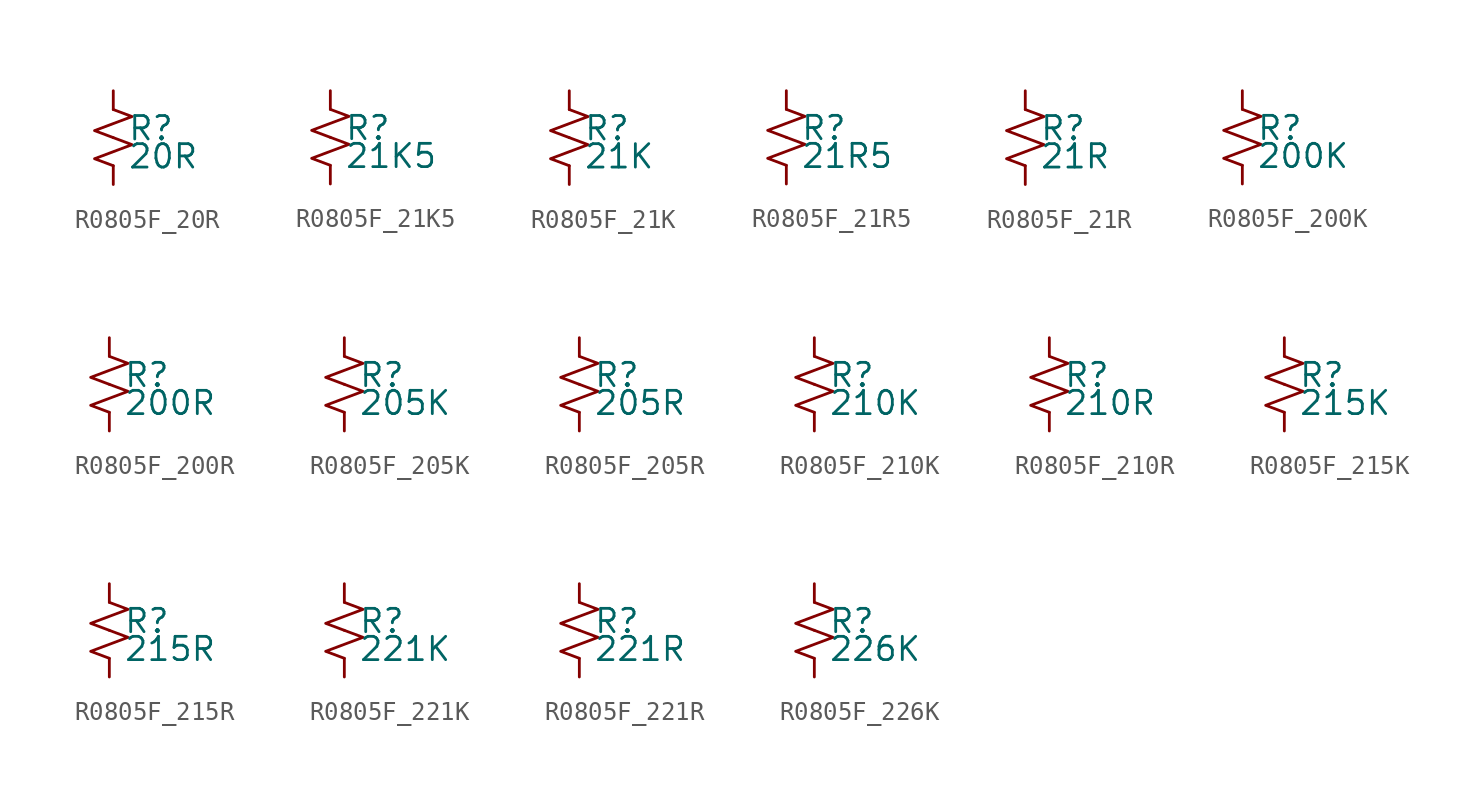
<source format=kicad_sym>
(kicad_symbol_lib
  (version 20220914)
  (generator kicad_symbol_editor)
  (symbol "R0805F_20R"
    (pin_numbers hide)
    (pin_names
      (offset 0.254) hide)
    (property "Reference" "R"
      (at 0.762 0.508 0)
      (effects (font (size 1.27 1.27)) (justify left)))
    (property "Value" "20R"
      (at 0.762 -1.016 0)
      (effects (font (size 1.27 1.27)) (justify left)))
    (symbol "R0805F_20R_1_1"
      (polyline (pts (xy 0 0) (xy 1.016 -0.381) (xy 0 -0.762) (xy -1.016 -1.143) (xy 0 -1.524)) (stroke (width 0) (type default)) (fill (type none)))
      (polyline (pts (xy 0 1.524) (xy 1.016 1.143) (xy 0 0.762) (xy -1.016 0.381) (xy 0 0)) (stroke (width 0) (type default)) (fill (type none)))
      (pin passive line (at 0 2.54 270) (length 1.016) (name "~" (effects (font (size 1.27 1.27)))) (number "1" (effects (font (size 1.27 1.27)))))
      (pin passive line (at 0 -2.54 90) (length 1.016) (name "~" (effects (font (size 1.27 1.27)))) (number "2" (effects (font (size 1.27 1.27)))))))
  (symbol "R0805F_21K5"
    (pin_numbers hide)
    (pin_names
      (offset 0.254) hide)
    (property "Reference" "R"
      (at 0.762 0.508 0)
      (effects (font (size 1.27 1.27)) (justify left)))
    (property "Value" "21K5"
      (at 0.762 -1.016 0)
      (effects (font (size 1.27 1.27)) (justify left)))
    (symbol "R0805F_21K5_1_1"
      (polyline (pts (xy 0 0) (xy 1.016 -0.381) (xy 0 -0.762) (xy -1.016 -1.143) (xy 0 -1.524)) (stroke (width 0) (type default)) (fill (type none)))
      (polyline (pts (xy 0 1.524) (xy 1.016 1.143) (xy 0 0.762) (xy -1.016 0.381) (xy 0 0)) (stroke (width 0) (type default)) (fill (type none)))
      (pin passive line (at 0 2.54 270) (length 1.016) (name "~" (effects (font (size 1.27 1.27)))) (number "1" (effects (font (size 1.27 1.27)))))
      (pin passive line (at 0 -2.54 90) (length 1.016) (name "~" (effects (font (size 1.27 1.27)))) (number "2" (effects (font (size 1.27 1.27)))))))
  (symbol "R0805F_21K"
    (pin_numbers hide)
    (pin_names
      (offset 0.254) hide)
    (property "Reference" "R"
      (at 0.762 0.508 0)
      (effects (font (size 1.27 1.27)) (justify left)))
    (property "Value" "21K"
      (at 0.762 -1.016 0)
      (effects (font (size 1.27 1.27)) (justify left)))
    (symbol "R0805F_21K_1_1"
      (polyline (pts (xy 0 0) (xy 1.016 -0.381) (xy 0 -0.762) (xy -1.016 -1.143) (xy 0 -1.524)) (stroke (width 0) (type default)) (fill (type none)))
      (polyline (pts (xy 0 1.524) (xy 1.016 1.143) (xy 0 0.762) (xy -1.016 0.381) (xy 0 0)) (stroke (width 0) (type default)) (fill (type none)))
      (pin passive line (at 0 2.54 270) (length 1.016) (name "~" (effects (font (size 1.27 1.27)))) (number "1" (effects (font (size 1.27 1.27)))))
      (pin passive line (at 0 -2.54 90) (length 1.016) (name "~" (effects (font (size 1.27 1.27)))) (number "2" (effects (font (size 1.27 1.27)))))))
  (symbol "R0805F_21R5"
    (pin_numbers hide)
    (pin_names
      (offset 0.254) hide)
    (property "Reference" "R"
      (at 0.762 0.508 0)
      (effects (font (size 1.27 1.27)) (justify left)))
    (property "Value" "21R5"
      (at 0.762 -1.016 0)
      (effects (font (size 1.27 1.27)) (justify left)))
    (symbol "R0805F_21R5_1_1"
      (polyline (pts (xy 0 0) (xy 1.016 -0.381) (xy 0 -0.762) (xy -1.016 -1.143) (xy 0 -1.524)) (stroke (width 0) (type default)) (fill (type none)))
      (polyline (pts (xy 0 1.524) (xy 1.016 1.143) (xy 0 0.762) (xy -1.016 0.381) (xy 0 0)) (stroke (width 0) (type default)) (fill (type none)))
      (pin passive line (at 0 2.54 270) (length 1.016) (name "~" (effects (font (size 1.27 1.27)))) (number "1" (effects (font (size 1.27 1.27)))))
      (pin passive line (at 0 -2.54 90) (length 1.016) (name "~" (effects (font (size 1.27 1.27)))) (number "2" (effects (font (size 1.27 1.27)))))))
  (symbol "R0805F_21R"
    (pin_numbers hide)
    (pin_names
      (offset 0.254) hide)
    (property "Reference" "R"
      (at 0.762 0.508 0)
      (effects (font (size 1.27 1.27)) (justify left)))
    (property "Value" "21R"
      (at 0.762 -1.016 0)
      (effects (font (size 1.27 1.27)) (justify left)))
    (symbol "R0805F_21R_1_1"
      (polyline (pts (xy 0 0) (xy 1.016 -0.381) (xy 0 -0.762) (xy -1.016 -1.143) (xy 0 -1.524)) (stroke (width 0) (type default)) (fill (type none)))
      (polyline (pts (xy 0 1.524) (xy 1.016 1.143) (xy 0 0.762) (xy -1.016 0.381) (xy 0 0)) (stroke (width 0) (type default)) (fill (type none)))
      (pin passive line (at 0 2.54 270) (length 1.016) (name "~" (effects (font (size 1.27 1.27)))) (number "1" (effects (font (size 1.27 1.27)))))
      (pin passive line (at 0 -2.54 90) (length 1.016) (name "~" (effects (font (size 1.27 1.27)))) (number "2" (effects (font (size 1.27 1.27)))))))
  (symbol "R0805F_200K"
    (pin_numbers hide)
    (pin_names
      (offset 0.254) hide)
    (property "Reference" "R"
      (at 0.762 0.508 0)
      (effects (font (size 1.27 1.27)) (justify left)))
    (property "Value" "200K"
      (at 0.762 -1.016 0)
      (effects (font (size 1.27 1.27)) (justify left)))
    (symbol "R0805F_200K_1_1"
      (polyline (pts (xy 0 0) (xy 1.016 -0.381) (xy 0 -0.762) (xy -1.016 -1.143) (xy 0 -1.524)) (stroke (width 0) (type default)) (fill (type none)))
      (polyline (pts (xy 0 1.524) (xy 1.016 1.143) (xy 0 0.762) (xy -1.016 0.381) (xy 0 0)) (stroke (width 0) (type default)) (fill (type none)))
      (pin passive line (at 0 2.54 270) (length 1.016) (name "~" (effects (font (size 1.27 1.27)))) (number "1" (effects (font (size 1.27 1.27)))))
      (pin passive line (at 0 -2.54 90) (length 1.016) (name "~" (effects (font (size 1.27 1.27)))) (number "2" (effects (font (size 1.27 1.27)))))))
  (symbol "R0805F_200R"
    (pin_numbers hide)
    (pin_names
      (offset 0.254) hide)
    (property "Reference" "R"
      (at 0.762 0.508 0)
      (effects (font (size 1.27 1.27)) (justify left)))
    (property "Value" "200R"
      (at 0.762 -1.016 0)
      (effects (font (size 1.27 1.27)) (justify left)))
    (symbol "R0805F_200R_1_1"
      (polyline (pts (xy 0 0) (xy 1.016 -0.381) (xy 0 -0.762) (xy -1.016 -1.143) (xy 0 -1.524)) (stroke (width 0) (type default)) (fill (type none)))
      (polyline (pts (xy 0 1.524) (xy 1.016 1.143) (xy 0 0.762) (xy -1.016 0.381) (xy 0 0)) (stroke (width 0) (type default)) (fill (type none)))
      (pin passive line (at 0 2.54 270) (length 1.016) (name "~" (effects (font (size 1.27 1.27)))) (number "1" (effects (font (size 1.27 1.27)))))
      (pin passive line (at 0 -2.54 90) (length 1.016) (name "~" (effects (font (size 1.27 1.27)))) (number "2" (effects (font (size 1.27 1.27)))))))
  (symbol "R0805F_205K"
    (pin_numbers hide)
    (pin_names
      (offset 0.254) hide)
    (property "Reference" "R"
      (at 0.762 0.508 0)
      (effects (font (size 1.27 1.27)) (justify left)))
    (property "Value" "205K"
      (at 0.762 -1.016 0)
      (effects (font (size 1.27 1.27)) (justify left)))
    (symbol "R0805F_205K_1_1"
      (polyline (pts (xy 0 0) (xy 1.016 -0.381) (xy 0 -0.762) (xy -1.016 -1.143) (xy 0 -1.524)) (stroke (width 0) (type default)) (fill (type none)))
      (polyline (pts (xy 0 1.524) (xy 1.016 1.143) (xy 0 0.762) (xy -1.016 0.381) (xy 0 0)) (stroke (width 0) (type default)) (fill (type none)))
      (pin passive line (at 0 2.54 270) (length 1.016) (name "~" (effects (font (size 1.27 1.27)))) (number "1" (effects (font (size 1.27 1.27)))))
      (pin passive line (at 0 -2.54 90) (length 1.016) (name "~" (effects (font (size 1.27 1.27)))) (number "2" (effects (font (size 1.27 1.27)))))))
  (symbol "R0805F_205R"
    (pin_numbers hide)
    (pin_names
      (offset 0.254) hide)
    (property "Reference" "R"
      (at 0.762 0.508 0)
      (effects (font (size 1.27 1.27)) (justify left)))
    (property "Value" "205R"
      (at 0.762 -1.016 0)
      (effects (font (size 1.27 1.27)) (justify left)))
    (symbol "R0805F_205R_1_1"
      (polyline (pts (xy 0 0) (xy 1.016 -0.381) (xy 0 -0.762) (xy -1.016 -1.143) (xy 0 -1.524)) (stroke (width 0) (type default)) (fill (type none)))
      (polyline (pts (xy 0 1.524) (xy 1.016 1.143) (xy 0 0.762) (xy -1.016 0.381) (xy 0 0)) (stroke (width 0) (type default)) (fill (type none)))
      (pin passive line (at 0 2.54 270) (length 1.016) (name "~" (effects (font (size 1.27 1.27)))) (number "1" (effects (font (size 1.27 1.27)))))
      (pin passive line (at 0 -2.54 90) (length 1.016) (name "~" (effects (font (size 1.27 1.27)))) (number "2" (effects (font (size 1.27 1.27)))))))
  (symbol "R0805F_210K"
    (pin_numbers hide)
    (pin_names
      (offset 0.254) hide)
    (property "Reference" "R"
      (at 0.762 0.508 0)
      (effects (font (size 1.27 1.27)) (justify left)))
    (property "Value" "210K"
      (at 0.762 -1.016 0)
      (effects (font (size 1.27 1.27)) (justify left)))
    (symbol "R0805F_210K_1_1"
      (polyline (pts (xy 0 0) (xy 1.016 -0.381) (xy 0 -0.762) (xy -1.016 -1.143) (xy 0 -1.524)) (stroke (width 0) (type default)) (fill (type none)))
      (polyline (pts (xy 0 1.524) (xy 1.016 1.143) (xy 0 0.762) (xy -1.016 0.381) (xy 0 0)) (stroke (width 0) (type default)) (fill (type none)))
      (pin passive line (at 0 2.54 270) (length 1.016) (name "~" (effects (font (size 1.27 1.27)))) (number "1" (effects (font (size 1.27 1.27)))))
      (pin passive line (at 0 -2.54 90) (length 1.016) (name "~" (effects (font (size 1.27 1.27)))) (number "2" (effects (font (size 1.27 1.27)))))))
  (symbol "R0805F_210R"
    (pin_numbers hide)
    (pin_names
      (offset 0.254) hide)
    (property "Reference" "R"
      (at 0.762 0.508 0)
      (effects (font (size 1.27 1.27)) (justify left)))
    (property "Value" "210R"
      (at 0.762 -1.016 0)
      (effects (font (size 1.27 1.27)) (justify left)))
    (symbol "R0805F_210R_1_1"
      (polyline (pts (xy 0 0) (xy 1.016 -0.381) (xy 0 -0.762) (xy -1.016 -1.143) (xy 0 -1.524)) (stroke (width 0) (type default)) (fill (type none)))
      (polyline (pts (xy 0 1.524) (xy 1.016 1.143) (xy 0 0.762) (xy -1.016 0.381) (xy 0 0)) (stroke (width 0) (type default)) (fill (type none)))
      (pin passive line (at 0 2.54 270) (length 1.016) (name "~" (effects (font (size 1.27 1.27)))) (number "1" (effects (font (size 1.27 1.27)))))
      (pin passive line (at 0 -2.54 90) (length 1.016) (name "~" (effects (font (size 1.27 1.27)))) (number "2" (effects (font (size 1.27 1.27)))))))
  (symbol "R0805F_215K"
    (pin_numbers hide)
    (pin_names
      (offset 0.254) hide)
    (property "Reference" "R"
      (at 0.762 0.508 0)
      (effects (font (size 1.27 1.27)) (justify left)))
    (property "Value" "215K"
      (at 0.762 -1.016 0)
      (effects (font (size 1.27 1.27)) (justify left)))
    (symbol "R0805F_215K_1_1"
      (polyline (pts (xy 0 0) (xy 1.016 -0.381) (xy 0 -0.762) (xy -1.016 -1.143) (xy 0 -1.524)) (stroke (width 0) (type default)) (fill (type none)))
      (polyline (pts (xy 0 1.524) (xy 1.016 1.143) (xy 0 0.762) (xy -1.016 0.381) (xy 0 0)) (stroke (width 0) (type default)) (fill (type none)))
      (pin passive line (at 0 2.54 270) (length 1.016) (name "~" (effects (font (size 1.27 1.27)))) (number "1" (effects (font (size 1.27 1.27)))))
      (pin passive line (at 0 -2.54 90) (length 1.016) (name "~" (effects (font (size 1.27 1.27)))) (number "2" (effects (font (size 1.27 1.27)))))))
  (symbol "R0805F_215R"
    (pin_numbers hide)
    (pin_names
      (offset 0.254) hide)
    (property "Reference" "R"
      (at 0.762 0.508 0)
      (effects (font (size 1.27 1.27)) (justify left)))
    (property "Value" "215R"
      (at 0.762 -1.016 0)
      (effects (font (size 1.27 1.27)) (justify left)))
    (symbol "R0805F_215R_1_1"
      (polyline (pts (xy 0 0) (xy 1.016 -0.381) (xy 0 -0.762) (xy -1.016 -1.143) (xy 0 -1.524)) (stroke (width 0) (type default)) (fill (type none)))
      (polyline (pts (xy 0 1.524) (xy 1.016 1.143) (xy 0 0.762) (xy -1.016 0.381) (xy 0 0)) (stroke (width 0) (type default)) (fill (type none)))
      (pin passive line (at 0 2.54 270) (length 1.016) (name "~" (effects (font (size 1.27 1.27)))) (number "1" (effects (font (size 1.27 1.27)))))
      (pin passive line (at 0 -2.54 90) (length 1.016) (name "~" (effects (font (size 1.27 1.27)))) (number "2" (effects (font (size 1.27 1.27)))))))
  (symbol "R0805F_221K"
    (pin_numbers hide)
    (pin_names
      (offset 0.254) hide)
    (property "Reference" "R"
      (at 0.762 0.508 0)
      (effects (font (size 1.27 1.27)) (justify left)))
    (property "Value" "221K"
      (at 0.762 -1.016 0)
      (effects (font (size 1.27 1.27)) (justify left)))
    (symbol "R0805F_221K_1_1"
      (polyline (pts (xy 0 0) (xy 1.016 -0.381) (xy 0 -0.762) (xy -1.016 -1.143) (xy 0 -1.524)) (stroke (width 0) (type default)) (fill (type none)))
      (polyline (pts (xy 0 1.524) (xy 1.016 1.143) (xy 0 0.762) (xy -1.016 0.381) (xy 0 0)) (stroke (width 0) (type default)) (fill (type none)))
      (pin passive line (at 0 2.54 270) (length 1.016) (name "~" (effects (font (size 1.27 1.27)))) (number "1" (effects (font (size 1.27 1.27)))))
      (pin passive line (at 0 -2.54 90) (length 1.016) (name "~" (effects (font (size 1.27 1.27)))) (number "2" (effects (font (size 1.27 1.27)))))))
  (symbol "R0805F_221R"
    (pin_numbers hide)
    (pin_names
      (offset 0.254) hide)
    (property "Reference" "R"
      (at 0.762 0.508 0)
      (effects (font (size 1.27 1.27)) (justify left)))
    (property "Value" "221R"
      (at 0.762 -1.016 0)
      (effects (font (size 1.27 1.27)) (justify left)))
    (symbol "R0805F_221R_1_1"
      (polyline (pts (xy 0 0) (xy 1.016 -0.381) (xy 0 -0.762) (xy -1.016 -1.143) (xy 0 -1.524)) (stroke (width 0) (type default)) (fill (type none)))
      (polyline (pts (xy 0 1.524) (xy 1.016 1.143) (xy 0 0.762) (xy -1.016 0.381) (xy 0 0)) (stroke (width 0) (type default)) (fill (type none)))
      (pin passive line (at 0 2.54 270) (length 1.016) (name "~" (effects (font (size 1.27 1.27)))) (number "1" (effects (font (size 1.27 1.27)))))
      (pin passive line (at 0 -2.54 90) (length 1.016) (name "~" (effects (font (size 1.27 1.27)))) (number "2" (effects (font (size 1.27 1.27)))))))
  (symbol "R0805F_226K"
    (pin_numbers hide)
    (pin_names
      (offset 0.254) hide)
    (property "Reference" "R"
      (at 0.762 0.508 0)
      (effects (font (size 1.27 1.27)) (justify left)))
    (property "Value" "226K"
      (at 0.762 -1.016 0)
      (effects (font (size 1.27 1.27)) (justify left)))
    (symbol "R0805F_226K_1_1"
      (polyline (pts (xy 0 0) (xy 1.016 -0.381) (xy 0 -0.762) (xy -1.016 -1.143) (xy 0 -1.524)) (stroke (width 0) (type default)) (fill (type none)))
      (polyline (pts (xy 0 1.524) (xy 1.016 1.143) (xy 0 0.762) (xy -1.016 0.381) (xy 0 0)) (stroke (width 0) (type default)) (fill (type none)))
      (pin passive line (at 0 2.54 270) (length 1.016) (name "~" (effects (font (size 1.27 1.27)))) (number "1" (effects (font (size 1.27 1.27)))))
      (pin passive line (at 0 -2.54 90) (length 1.016) (name "~" (effects (font (size 1.27 1.27)))) (number "2" (effects (font (size 1.27 1.27))))))))
</source>
